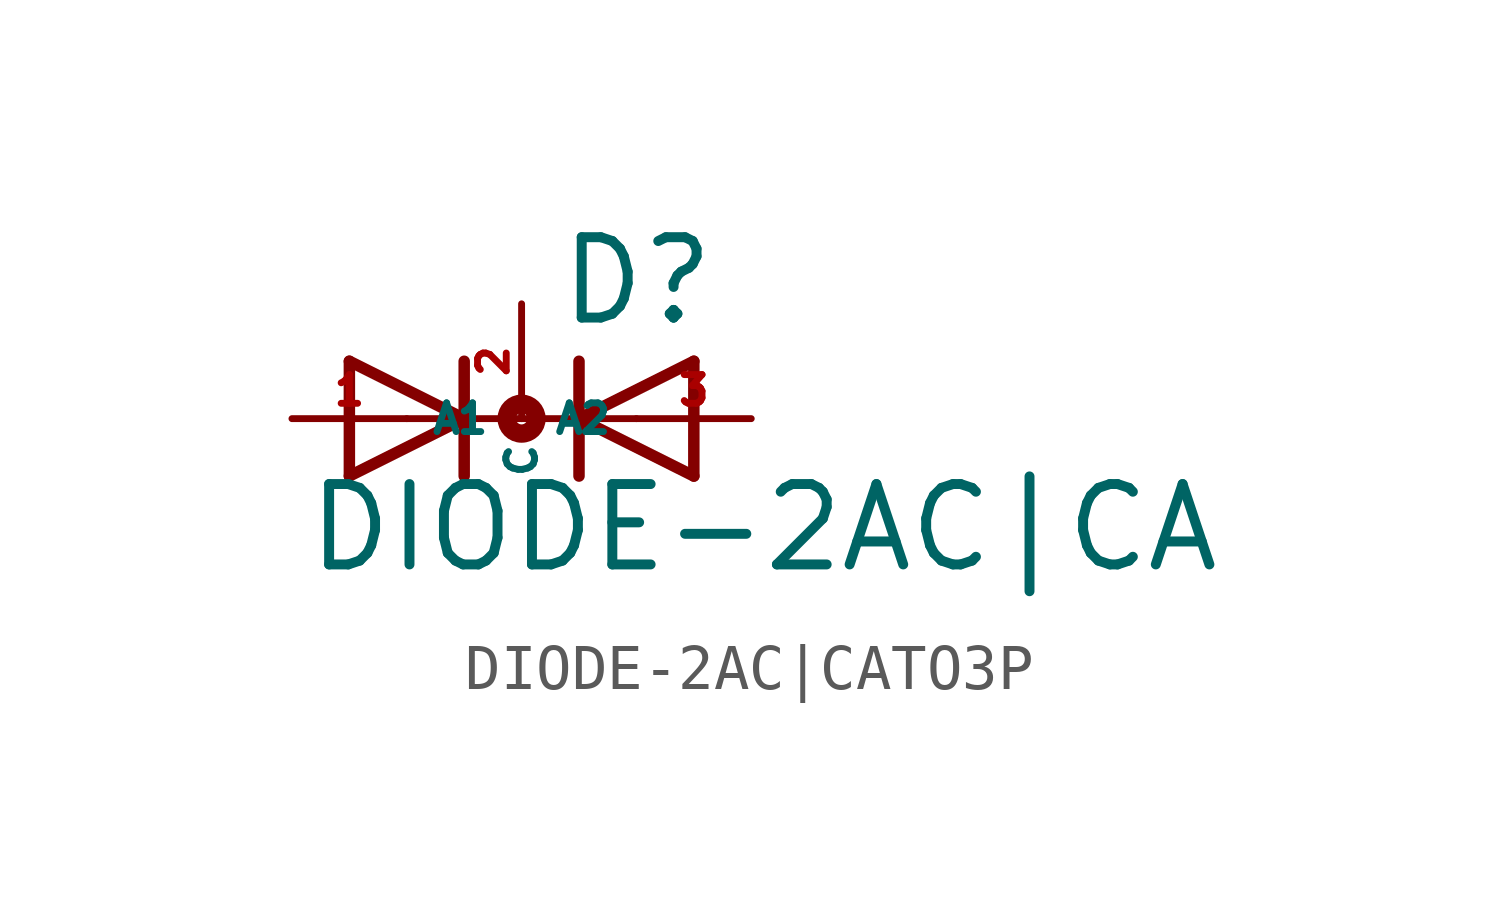
<source format=kicad_sym>
(kicad_symbol_lib
  (version 20220914)
  (generator Eagle2Kicad)
  (symbol "DIODE-2AC|CATO3P"
    (property "Reference" "D"
      (at 0.762 2.007 0)
      (effects (font (size 1.778 1.778) (thickness 0.22)) (justify left bottom)))
    (property "Value" "DIODE-2AC|CA"
      (at -4.826 -3.454 0)
      (effects (font (size 1.778 1.778) (thickness 0.22)) (justify left bottom)))
    (polyline
      (pts (xy -3.81 -1.27) (xy -1.27 0))
      (stroke (width 0.254) (type default))
      (fill (type none)))
    (polyline
      (pts (xy -1.27 0) (xy -3.81 1.27))
      (stroke (width 0.254) (type default))
      (fill (type none)))
    (polyline
      (pts (xy -1.27 1.27) (xy -1.27 0))
      (stroke (width 0.254) (type default))
      (fill (type none)))
    (polyline
      (pts (xy -2.54 0) (xy -1.27 0))
      (stroke (width 0.152) (type default))
      (fill (type none)))
    (polyline
      (pts (xy -3.81 1.27) (xy -3.81 -1.27))
      (stroke (width 0.254) (type default))
      (fill (type none)))
    (polyline
      (pts (xy -1.27 0) (xy -1.27 -1.27))
      (stroke (width 0.254) (type default))
      (fill (type none)))
    (polyline
      (pts (xy 3.81 1.27) (xy 1.27 0))
      (stroke (width 0.254) (type default))
      (fill (type none)))
    (polyline
      (pts (xy 1.27 0) (xy 3.81 -1.27))
      (stroke (width 0.254) (type default))
      (fill (type none)))
    (polyline
      (pts (xy 1.27 -1.27) (xy 1.27 0))
      (stroke (width 0.254) (type default))
      (fill (type none)))
    (polyline
      (pts (xy -1.27 0) (xy 1.27 0))
      (stroke (width 0.152) (type default))
      (fill (type none)))
    (polyline
      (pts (xy 2.54 0) (xy 1.27 0))
      (stroke (width 0.152) (type default))
      (fill (type none)))
    (polyline
      (pts (xy 3.81 -1.27) (xy 3.81 1.27))
      (stroke (width 0.254) (type default))
      (fill (type none)))
    (polyline
      (pts (xy 1.27 0) (xy 1.27 1.27))
      (stroke (width 0.254) (type default))
      (fill (type none)))
    (circle
      (center 0 0)
      (radius 0.127)
      (stroke (width 0.406) (type default))
      (fill (type none)))
    (pin passive line
      (at -5.08 0 0)
      (length 2.54)
      (name "A1" (effects (font (size 0.635 0.635) (thickness 0.08)) (justify left bottom)))
      (number "1" (effects (font (size 0.635 0.635) (thickness 0.08)) (justify left bottom))))
    (pin passive line
      (at 5.08 0 180)
      (length 2.54)
      (name "A2" (effects (font (size 0.635 0.635) (thickness 0.08)) (justify left bottom)))
      (number "3" (effects (font (size 0.635 0.635) (thickness 0.08)) (justify left bottom))))
    (pin passive line
      (at 0 2.54 270)
      (length 2.54)
      (name "C" (effects (font (size 0.635 0.635) (thickness 0.08)) (justify left bottom)))
      (number "2" (effects (font (size 0.635 0.635) (thickness 0.08)) (justify left bottom))))))
</source>
